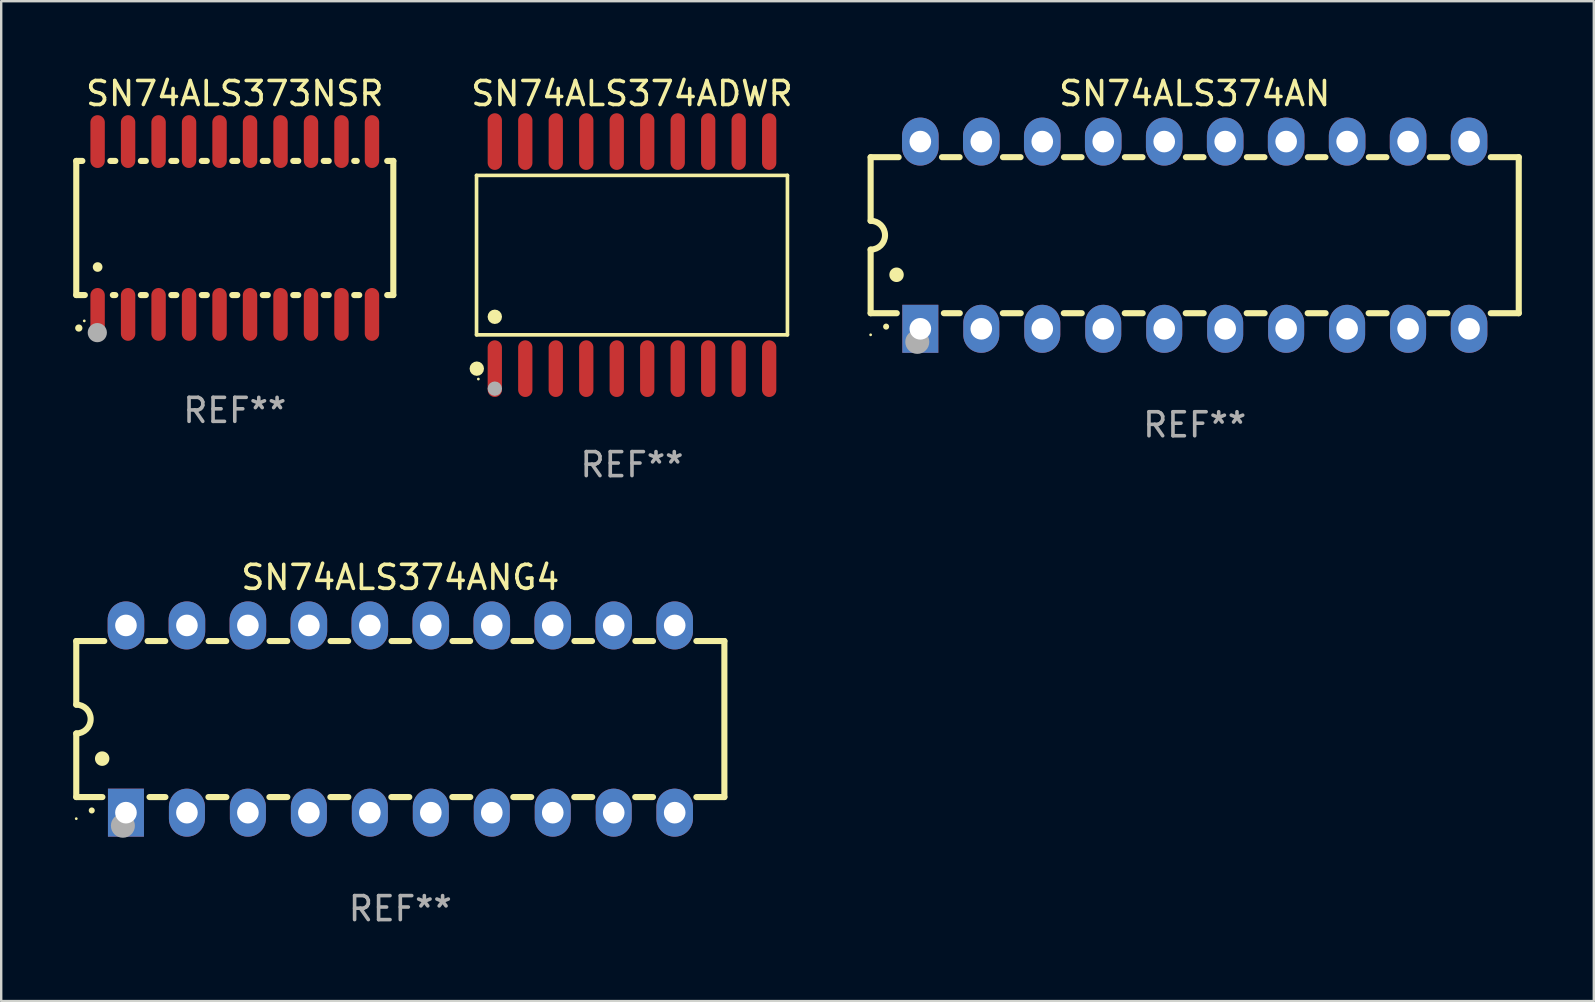
<source format=kicad_pcb>
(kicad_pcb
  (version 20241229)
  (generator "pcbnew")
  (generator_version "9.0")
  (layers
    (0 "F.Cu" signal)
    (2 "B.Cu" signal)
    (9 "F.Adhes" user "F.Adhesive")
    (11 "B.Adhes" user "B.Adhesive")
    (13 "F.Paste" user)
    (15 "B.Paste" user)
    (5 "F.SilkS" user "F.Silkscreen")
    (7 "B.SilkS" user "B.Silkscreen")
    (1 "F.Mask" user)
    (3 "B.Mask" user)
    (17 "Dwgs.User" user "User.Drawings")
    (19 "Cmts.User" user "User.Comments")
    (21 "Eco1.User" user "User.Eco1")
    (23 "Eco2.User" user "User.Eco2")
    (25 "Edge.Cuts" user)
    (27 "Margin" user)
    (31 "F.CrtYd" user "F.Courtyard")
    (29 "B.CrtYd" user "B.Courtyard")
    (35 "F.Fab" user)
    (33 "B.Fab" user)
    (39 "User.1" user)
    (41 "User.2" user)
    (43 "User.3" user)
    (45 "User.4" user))
  (footprint "SN74ALS374ADWR"
    (layer "F.Cu")
    (at 23.278 7.578)
    (property "Reference" "SN74ALS374ADWR" (at 0 -6.73 0) (layer "F.SilkS") (effects (font (size 1 1) (thickness 0.15))))
    (attr through_hole)
    (fp_line (start -6.476 -3.321) (end 6.476 -3.321) (stroke (width 0.152) (type solid)) (layer "F.SilkS"))
    (fp_line (start -6.476 3.321) (end -6.476 -3.321) (stroke (width 0.152) (type solid)) (layer "F.SilkS"))
    (fp_line (start 6.476 -3.321) (end 6.476 3.321) (stroke (width 0.152) (type solid)) (layer "F.SilkS"))
    (fp_line (start 6.476 3.321) (end -6.476 3.321) (stroke (width 0.152) (type solid)) (layer "F.SilkS"))
    (fp_circle (center -6.465 4.73) (end -6.315 4.73) (stroke (width 0.3) (type solid)) (fill no) (layer "F.SilkS"))
    (fp_circle (center -6.4 5.163) (end -6.37 5.163) (stroke (width 0.06) (type solid)) (fill no) (layer "F.SilkS"))
    (fp_circle (center -5.715 2.569) (end -5.565 2.569) (stroke (width 0.3) (type solid)) (fill no) (layer "F.SilkS"))
    (fp_circle (center -5.715 5.563) (end -5.565 5.563) (stroke (width 0.3) (type solid)) (fill no) (layer "F.Fab"))
    (fp_text user "REF**" (at 0 8.73 0) (layer "F.Fab") (effects (font (size 1 1) (thickness 0.15))))
    (pad "1" smd oval (at -5.715 4.73) (size 0.595 2.36) (layers "F.Cu" "F.Mask" "F.Paste"))
    (pad "2" smd oval (at -4.445 4.73) (size 0.595 2.36) (layers "F.Cu" "F.Mask" "F.Paste"))
    (pad "3" smd oval (at -3.175 4.73) (size 0.595 2.36) (layers "F.Cu" "F.Mask" "F.Paste"))
    (pad "4" smd oval (at -1.905 4.73) (size 0.595 2.36) (layers "F.Cu" "F.Mask" "F.Paste"))
    (pad "5" smd oval (at -0.635 4.73) (size 0.595 2.36) (layers "F.Cu" "F.Mask" "F.Paste"))
    (pad "6" smd oval (at 0.635 4.73) (size 0.595 2.36) (layers "F.Cu" "F.Mask" "F.Paste"))
    (pad "7" smd oval (at 1.905 4.73) (size 0.595 2.36) (layers "F.Cu" "F.Mask" "F.Paste"))
    (pad "8" smd oval (at 3.175 4.73) (size 0.595 2.36) (layers "F.Cu" "F.Mask" "F.Paste"))
    (pad "9" smd oval (at 4.445 4.73) (size 0.595 2.36) (layers "F.Cu" "F.Mask" "F.Paste"))
    (pad "10" smd oval (at 5.715 4.73) (size 0.595 2.36) (layers "F.Cu" "F.Mask" "F.Paste"))
    (pad "11" smd oval (at 5.715 -4.73) (size 0.595 2.36) (layers "F.Cu" "F.Mask" "F.Paste"))
    (pad "12" smd oval (at 4.445 -4.73) (size 0.595 2.36) (layers "F.Cu" "F.Mask" "F.Paste"))
    (pad "13" smd oval (at 3.175 -4.73) (size 0.595 2.36) (layers "F.Cu" "F.Mask" "F.Paste"))
    (pad "14" smd oval (at 1.905 -4.73) (size 0.595 2.36) (layers "F.Cu" "F.Mask" "F.Paste"))
    (pad "15" smd oval (at 0.635 -4.73) (size 0.595 2.36) (layers "F.Cu" "F.Mask" "F.Paste"))
    (pad "16" smd oval (at -0.635 -4.73) (size 0.595 2.36) (layers "F.Cu" "F.Mask" "F.Paste"))
    (pad "17" smd oval (at -1.905 -4.73) (size 0.595 2.36) (layers "F.Cu" "F.Mask" "F.Paste"))
    (pad "18" smd oval (at -3.175 -4.73) (size 0.595 2.36) (layers "F.Cu" "F.Mask" "F.Paste"))
    (pad "19" smd oval (at -4.445 -4.73) (size 0.595 2.36) (layers "F.Cu" "F.Mask" "F.Paste"))
    (pad "20" smd oval (at -5.715 -4.73) (size 0.595 2.36) (layers "F.Cu" "F.Mask" "F.Paste")))
  (footprint "SN74ALS374AN"
    (layer "F.Cu")
    (at 46.72 6.748)
    (property "Reference" "SN74ALS374AN" (at 0 -5.9 0) (layer "F.SilkS") (effects (font (size 1 1) (thickness 0.15))))
    (attr through_hole)
    (fp_line (start -13.5 -3.25) (end -12.333 -3.25) (stroke (width 0.254) (type solid)) (layer "F.SilkS"))
    (fp_line (start -13.5 -0.6) (end -13.5 -3.25) (stroke (width 0.254) (type solid)) (layer "F.SilkS"))
    (fp_line (start -13.5 3.25) (end -13.5 0.6) (stroke (width 0.254) (type solid)) (layer "F.SilkS"))
    (fp_line (start -13.5 3.25) (end -12.411 3.25) (stroke (width 0.254) (type solid)) (layer "F.SilkS"))
    (fp_line (start -10.527 -3.25) (end -9.793 -3.25) (stroke (width 0.254) (type solid)) (layer "F.SilkS"))
    (fp_line (start -10.449 3.25) (end -9.786 3.25) (stroke (width 0.254) (type solid)) (layer "F.SilkS"))
    (fp_line (start -7.994 3.25) (end -7.246 3.25) (stroke (width 0.254) (type solid)) (layer "F.SilkS"))
    (fp_line (start -7.987 -3.25) (end -7.253 -3.25) (stroke (width 0.254) (type solid)) (layer "F.SilkS"))
    (fp_line (start -5.454 3.25) (end -4.706 3.25) (stroke (width 0.254) (type solid)) (layer "F.SilkS"))
    (fp_line (start -5.447 -3.25) (end -4.713 -3.25) (stroke (width 0.254) (type solid)) (layer "F.SilkS"))
    (fp_line (start -2.914 3.25) (end -2.166 3.25) (stroke (width 0.254) (type solid)) (layer "F.SilkS"))
    (fp_line (start -2.907 -3.25) (end -2.173 -3.25) (stroke (width 0.254) (type solid)) (layer "F.SilkS"))
    (fp_line (start -0.374 3.25) (end 0.374 3.25) (stroke (width 0.254) (type solid)) (layer "F.SilkS"))
    (fp_line (start -0.367 -3.25) (end 0.367 -3.25) (stroke (width 0.254) (type solid)) (layer "F.SilkS"))
    (fp_line (start 2.166 3.25) (end 2.914 3.25) (stroke (width 0.254) (type solid)) (layer "F.SilkS"))
    (fp_line (start 2.173 -3.25) (end 2.907 -3.25) (stroke (width 0.254) (type solid)) (layer "F.SilkS"))
    (fp_line (start 4.706 3.25) (end 5.454 3.25) (stroke (width 0.254) (type solid)) (layer "F.SilkS"))
    (fp_line (start 4.713 -3.25) (end 5.447 -3.25) (stroke (width 0.254) (type solid)) (layer "F.SilkS"))
    (fp_line (start 7.246 3.25) (end 7.994 3.25) (stroke (width 0.254) (type solid)) (layer "F.SilkS"))
    (fp_line (start 7.253 -3.25) (end 7.987 -3.25) (stroke (width 0.254) (type solid)) (layer "F.SilkS"))
    (fp_line (start 9.786 3.25) (end 10.527 3.25) (stroke (width 0.254) (type solid)) (layer "F.SilkS"))
    (fp_line (start 9.793 -3.25) (end 10.527 -3.25) (stroke (width 0.254) (type solid)) (layer "F.SilkS"))
    (fp_line (start 12.333 -3.25) (end 13.5 -3.25) (stroke (width 0.254) (type solid)) (layer "F.SilkS"))
    (fp_line (start 12.333 3.25) (end 13.5 3.25) (stroke (width 0.254) (type solid)) (layer "F.SilkS"))
    (fp_line (start 13.5 -3.25) (end 13.5 3.25) (stroke (width 0.254) (type solid)) (layer "F.SilkS"))
    (fp_arc (start -13.500127 -0.599442) (mid -12.900406 0.000228) (end -13.500025 0.6) (stroke (width 0.254001) (type solid)) (layer "F.SilkS"))
    (fp_arc (start -12.854966 3.810008) (mid -12.854973 3.808738) (end -12.854966 3.807468) (stroke (width 0.25) (type solid)) (layer "F.SilkS"))
    (fp_arc (start -12.420625 1.651003) (mid -12.420636 1.648463) (end -12.420625 1.645923) (stroke (width 0.6) (type solid)) (layer "F.SilkS"))
    (fp_circle (center -13.5 4.15) (end -13.47 4.15) (stroke (width 0.06) (type solid)) (fill no) (layer "F.SilkS"))
    (fp_circle (center -11.557 4.445) (end -11.307 4.445) (stroke (width 0.5) (type solid)) (fill no) (layer "F.Fab"))
    (fp_text user "REF**" (at 0 7.9 0) (layer "F.Fab") (effects (font (size 1 1) (thickness 0.15))))
    (pad "1" thru_hole rect (at -11.43 3.9 90) (size 2 1.5) (drill 0.9) (layers "*.Cu" "*.Mask"))
    (pad "2" thru_hole oval (at -8.89 3.9 90) (size 2 1.5) (drill 0.9) (layers "*.Cu" "*.Mask"))
    (pad "3" thru_hole oval (at -6.35 3.9 90) (size 2 1.5) (drill 0.9) (layers "*.Cu" "*.Mask"))
    (pad "4" thru_hole oval (at -3.81 3.9 90) (size 2 1.5) (drill 0.9) (layers "*.Cu" "*.Mask"))
    (pad "5" thru_hole oval (at -1.27 3.9 90) (size 2 1.5) (drill 0.9) (layers "*.Cu" "*.Mask"))
    (pad "6" thru_hole oval (at 1.27 3.9 90) (size 2 1.5) (drill 0.9) (layers "*.Cu" "*.Mask"))
    (pad "7" thru_hole oval (at 3.81 3.9 90) (size 2 1.5) (drill 0.9) (layers "*.Cu" "*.Mask"))
    (pad "8" thru_hole oval (at 6.35 3.9 90) (size 2 1.5) (drill 0.9) (layers "*.Cu" "*.Mask"))
    (pad "9" thru_hole oval (at 8.89 3.9 90) (size 2 1.5) (drill 0.9) (layers "*.Cu" "*.Mask"))
    (pad "10" thru_hole oval (at 11.43 3.9 90) (size 2 1.524) (drill 0.9) (layers "*.Cu" "*.Mask"))
    (pad "11" thru_hole oval (at 11.43 -3.9 90) (size 2 1.524) (drill 0.9) (layers "*.Cu" "*.Mask"))
    (pad "12" thru_hole oval (at 8.89 -3.9 90) (size 2 1.524) (drill 0.9) (layers "*.Cu" "*.Mask"))
    (pad "13" thru_hole oval (at 6.35 -3.9 90) (size 2 1.524) (drill 0.9) (layers "*.Cu" "*.Mask"))
    (pad "14" thru_hole oval (at 3.81 -3.9 90) (size 2 1.524) (drill 0.9) (layers "*.Cu" "*.Mask"))
    (pad "15" thru_hole oval (at 1.27 -3.9 90) (size 2 1.524) (drill 0.9) (layers "*.Cu" "*.Mask"))
    (pad "16" thru_hole oval (at -1.27 -3.9 90) (size 2 1.524) (drill 0.9) (layers "*.Cu" "*.Mask"))
    (pad "17" thru_hole oval (at -3.81 -3.9 90) (size 2 1.524) (drill 0.9) (layers "*.Cu" "*.Mask"))
    (pad "18" thru_hole oval (at -6.35 -3.9 90) (size 2 1.524) (drill 0.9) (layers "*.Cu" "*.Mask"))
    (pad "19" thru_hole oval (at -8.89 -3.9 90) (size 2 1.524) (drill 0.9) (layers "*.Cu" "*.Mask"))
    (pad "20" thru_hole oval (at -11.43 -3.9 90) (size 2 1.524) (drill 0.9) (layers "*.Cu" "*.Mask")))
  (footprint "SN74ALS374ANG4"
    (layer "F.Cu")
    (at 13.627 26.905)
    (property "Reference" "SN74ALS374ANG4" (at 0 -5.9 0) (layer "F.SilkS") (effects (font (size 1 1) (thickness 0.15))))
    (attr through_hole)
    (fp_line (start -13.5 -3.25) (end -12.333 -3.25) (stroke (width 0.254) (type solid)) (layer "F.SilkS"))
    (fp_line (start -13.5 -0.6) (end -13.5 -3.25) (stroke (width 0.254) (type solid)) (layer "F.SilkS"))
    (fp_line (start -13.5 3.25) (end -13.5 0.6) (stroke (width 0.254) (type solid)) (layer "F.SilkS"))
    (fp_line (start -13.5 3.25) (end -12.411 3.25) (stroke (width 0.254) (type solid)) (layer "F.SilkS"))
    (fp_line (start -10.527 -3.25) (end -9.793 -3.25) (stroke (width 0.254) (type solid)) (layer "F.SilkS"))
    (fp_line (start -10.449 3.25) (end -9.786 3.25) (stroke (width 0.254) (type solid)) (layer "F.SilkS"))
    (fp_line (start -7.994 3.25) (end -7.246 3.25) (stroke (width 0.254) (type solid)) (layer "F.SilkS"))
    (fp_line (start -7.987 -3.25) (end -7.253 -3.25) (stroke (width 0.254) (type solid)) (layer "F.SilkS"))
    (fp_line (start -5.454 3.25) (end -4.706 3.25) (stroke (width 0.254) (type solid)) (layer "F.SilkS"))
    (fp_line (start -5.447 -3.25) (end -4.713 -3.25) (stroke (width 0.254) (type solid)) (layer "F.SilkS"))
    (fp_line (start -2.914 3.25) (end -2.166 3.25) (stroke (width 0.254) (type solid)) (layer "F.SilkS"))
    (fp_line (start -2.907 -3.25) (end -2.173 -3.25) (stroke (width 0.254) (type solid)) (layer "F.SilkS"))
    (fp_line (start -0.374 3.25) (end 0.374 3.25) (stroke (width 0.254) (type solid)) (layer "F.SilkS"))
    (fp_line (start -0.367 -3.25) (end 0.367 -3.25) (stroke (width 0.254) (type solid)) (layer "F.SilkS"))
    (fp_line (start 2.166 3.25) (end 2.914 3.25) (stroke (width 0.254) (type solid)) (layer "F.SilkS"))
    (fp_line (start 2.173 -3.25) (end 2.907 -3.25) (stroke (width 0.254) (type solid)) (layer "F.SilkS"))
    (fp_line (start 4.706 3.25) (end 5.454 3.25) (stroke (width 0.254) (type solid)) (layer "F.SilkS"))
    (fp_line (start 4.713 -3.25) (end 5.447 -3.25) (stroke (width 0.254) (type solid)) (layer "F.SilkS"))
    (fp_line (start 7.246 3.25) (end 7.994 3.25) (stroke (width 0.254) (type solid)) (layer "F.SilkS"))
    (fp_line (start 7.253 -3.25) (end 7.987 -3.25) (stroke (width 0.254) (type solid)) (layer "F.SilkS"))
    (fp_line (start 9.786 3.25) (end 10.527 3.25) (stroke (width 0.254) (type solid)) (layer "F.SilkS"))
    (fp_line (start 9.793 -3.25) (end 10.527 -3.25) (stroke (width 0.254) (type solid)) (layer "F.SilkS"))
    (fp_line (start 12.333 -3.25) (end 13.5 -3.25) (stroke (width 0.254) (type solid)) (layer "F.SilkS"))
    (fp_line (start 12.333 3.25) (end 13.5 3.25) (stroke (width 0.254) (type solid)) (layer "F.SilkS"))
    (fp_line (start 13.5 -3.25) (end 13.5 3.25) (stroke (width 0.254) (type solid)) (layer "F.SilkS"))
    (fp_arc (start -13.500127 -0.599442) (mid -12.900406 0.000228) (end -13.500025 0.6) (stroke (width 0.254001) (type solid)) (layer "F.SilkS"))
    (fp_arc (start -12.854966 3.810008) (mid -12.854973 3.808738) (end -12.854966 3.807468) (stroke (width 0.25) (type solid)) (layer "F.SilkS"))
    (fp_arc (start -12.420625 1.651003) (mid -12.420636 1.648463) (end -12.420625 1.645923) (stroke (width 0.6) (type solid)) (layer "F.SilkS"))
    (fp_circle (center -13.5 4.15) (end -13.47 4.15) (stroke (width 0.06) (type solid)) (fill no) (layer "F.SilkS"))
    (fp_circle (center -11.557 4.445) (end -11.307 4.445) (stroke (width 0.5) (type solid)) (fill no) (layer "F.Fab"))
    (fp_text user "REF**" (at 0 7.9 0) (layer "F.Fab") (effects (font (size 1 1) (thickness 0.15))))
    (pad "1" thru_hole rect (at -11.43 3.9 90) (size 2 1.5) (drill 0.9) (layers "*.Cu" "*.Mask"))
    (pad "2" thru_hole oval (at -8.89 3.9 90) (size 2 1.5) (drill 0.9) (layers "*.Cu" "*.Mask"))
    (pad "3" thru_hole oval (at -6.35 3.9 90) (size 2 1.5) (drill 0.9) (layers "*.Cu" "*.Mask"))
    (pad "4" thru_hole oval (at -3.81 3.9 90) (size 2 1.5) (drill 0.9) (layers "*.Cu" "*.Mask"))
    (pad "5" thru_hole oval (at -1.27 3.9 90) (size 2 1.5) (drill 0.9) (layers "*.Cu" "*.Mask"))
    (pad "6" thru_hole oval (at 1.27 3.9 90) (size 2 1.5) (drill 0.9) (layers "*.Cu" "*.Mask"))
    (pad "7" thru_hole oval (at 3.81 3.9 90) (size 2 1.5) (drill 0.9) (layers "*.Cu" "*.Mask"))
    (pad "8" thru_hole oval (at 6.35 3.9 90) (size 2 1.5) (drill 0.9) (layers "*.Cu" "*.Mask"))
    (pad "9" thru_hole oval (at 8.89 3.9 90) (size 2 1.5) (drill 0.9) (layers "*.Cu" "*.Mask"))
    (pad "10" thru_hole oval (at 11.43 3.9 90) (size 2 1.524) (drill 0.9) (layers "*.Cu" "*.Mask"))
    (pad "11" thru_hole oval (at 11.43 -3.9 90) (size 2 1.524) (drill 0.9) (layers "*.Cu" "*.Mask"))
    (pad "12" thru_hole oval (at 8.89 -3.9 90) (size 2 1.524) (drill 0.9) (layers "*.Cu" "*.Mask"))
    (pad "13" thru_hole oval (at 6.35 -3.9 90) (size 2 1.524) (drill 0.9) (layers "*.Cu" "*.Mask"))
    (pad "14" thru_hole oval (at 3.81 -3.9 90) (size 2 1.524) (drill 0.9) (layers "*.Cu" "*.Mask"))
    (pad "15" thru_hole oval (at 1.27 -3.9 90) (size 2 1.524) (drill 0.9) (layers "*.Cu" "*.Mask"))
    (pad "16" thru_hole oval (at -1.27 -3.9 90) (size 2 1.524) (drill 0.9) (layers "*.Cu" "*.Mask"))
    (pad "17" thru_hole oval (at -3.81 -3.9 90) (size 2 1.524) (drill 0.9) (layers "*.Cu" "*.Mask"))
    (pad "18" thru_hole oval (at -6.35 -3.9 90) (size 2 1.524) (drill 0.9) (layers "*.Cu" "*.Mask"))
    (pad "19" thru_hole oval (at -8.89 -3.9 90) (size 2 1.524) (drill 0.9) (layers "*.Cu" "*.Mask"))
    (pad "20" thru_hole oval (at -11.43 -3.9 90) (size 2 1.524) (drill 0.9) (layers "*.Cu" "*.Mask")))
  (footprint "SN74ALS373NSR"
    (layer "F.Cu")
    (at 6.731 6.448)
    (property "Reference" "SN74ALS373NSR" (at 0 -5.6 0) (layer "F.SilkS") (effects (font (size 1 1) (thickness 0.15))))
    (attr through_hole)
    (fp_line (start -6.604 -2.794) (end -6.604 2.794) (stroke (width 0.254) (type solid)) (layer "F.SilkS"))
    (fp_line (start -6.604 2.794) (end -6.246 2.794) (stroke (width 0.254) (type solid)) (layer "F.SilkS"))
    (fp_line (start -6.35 -2.794) (end -6.604 -2.794) (stroke (width 0.254) (type solid)) (layer "F.SilkS"))
    (fp_line (start -5.184 -2.794) (end -4.976 -2.794) (stroke (width 0.254) (type solid)) (layer "F.SilkS"))
    (fp_line (start -5.08 2.794) (end -4.976 2.794) (stroke (width 0.254) (type solid)) (layer "F.SilkS"))
    (fp_line (start -3.914 -2.794) (end -3.706 -2.794) (stroke (width 0.254) (type solid)) (layer "F.SilkS"))
    (fp_line (start -3.914 2.794) (end -3.706 2.794) (stroke (width 0.254) (type solid)) (layer "F.SilkS"))
    (fp_line (start -2.644 -2.794) (end -2.436 -2.794) (stroke (width 0.254) (type solid)) (layer "F.SilkS"))
    (fp_line (start -2.644 2.794) (end -2.436 2.794) (stroke (width 0.254) (type solid)) (layer "F.SilkS"))
    (fp_line (start -1.374 -2.794) (end -1.166 -2.794) (stroke (width 0.254) (type solid)) (layer "F.SilkS"))
    (fp_line (start -1.374 2.794) (end -1.166 2.794) (stroke (width 0.254) (type solid)) (layer "F.SilkS"))
    (fp_line (start -0.104 -2.794) (end 0.104 -2.794) (stroke (width 0.254) (type solid)) (layer "F.SilkS"))
    (fp_line (start -0.104 2.794) (end 0.104 2.794) (stroke (width 0.254) (type solid)) (layer "F.SilkS"))
    (fp_line (start 1.166 -2.794) (end 1.374 -2.794) (stroke (width 0.254) (type solid)) (layer "F.SilkS"))
    (fp_line (start 1.166 2.794) (end 1.374 2.794) (stroke (width 0.254) (type solid)) (layer "F.SilkS"))
    (fp_line (start 2.436 -2.794) (end 2.644 -2.794) (stroke (width 0.254) (type solid)) (layer "F.SilkS"))
    (fp_line (start 2.436 2.794) (end 2.644 2.794) (stroke (width 0.254) (type solid)) (layer "F.SilkS"))
    (fp_line (start 3.706 -2.794) (end 3.914 -2.794) (stroke (width 0.254) (type solid)) (layer "F.SilkS"))
    (fp_line (start 3.706 2.794) (end 3.914 2.794) (stroke (width 0.254) (type solid)) (layer "F.SilkS"))
    (fp_line (start 4.976 -2.794) (end 5.08 -2.794) (stroke (width 0.254) (type solid)) (layer "F.SilkS"))
    (fp_line (start 4.976 2.794) (end 5.184 2.794) (stroke (width 0.254) (type solid)) (layer "F.SilkS"))
    (fp_line (start 6.35 -2.794) (end 6.604 -2.794) (stroke (width 0.254) (type solid)) (layer "F.SilkS"))
    (fp_line (start 6.604 -2.794) (end 6.604 2.794) (stroke (width 0.254) (type solid)) (layer "F.SilkS"))
    (fp_line (start 6.604 2.794) (end 6.35 2.794) (stroke (width 0.254) (type solid)) (layer "F.SilkS"))
    (fp_arc (start -6.499619 4.167793) (mid -6.498349 4.167788) (end -6.497079 4.167793) (stroke (width 0.3) (type solid)) (layer "F.SilkS"))
    (fp_arc (start -5.715011 1.625603) (mid -5.713741 1.625599) (end -5.712471 1.625603) (stroke (width 0.4) (type solid)) (layer "F.SilkS"))
    (fp_circle (center -6.27 3.87) (end -6.24 3.87) (stroke (width 0.06) (type solid)) (fill no) (layer "F.SilkS"))
    (fp_circle (center -5.727 4.359) (end -5.527 4.359) (stroke (width 0.4) (type solid)) (fill no) (layer "F.Fab"))
    (fp_text user "REF**" (at 0 7.6 0) (layer "F.Fab") (effects (font (size 1 1) (thickness 0.15))))
    (pad "1" smd oval (at -5.715 3.6) (size 0.6 2.2) (layers "F.Cu" "F.Mask" "F.Paste"))
    (pad "2" smd oval (at -4.445 3.6) (size 0.6 2.2) (layers "F.Cu" "F.Mask" "F.Paste"))
    (pad "3" smd oval (at -3.175 3.6) (size 0.6 2.2) (layers "F.Cu" "F.Mask" "F.Paste"))
    (pad "4" smd oval (at -1.905 3.6) (size 0.6 2.2) (layers "F.Cu" "F.Mask" "F.Paste"))
    (pad "5" smd oval (at -0.635 3.6) (size 0.6 2.2) (layers "F.Cu" "F.Mask" "F.Paste"))
    (pad "6" smd oval (at 0.635 3.6) (size 0.6 2.2) (layers "F.Cu" "F.Mask" "F.Paste"))
    (pad "7" smd oval (at 1.905 3.6) (size 0.6 2.2) (layers "F.Cu" "F.Mask" "F.Paste"))
    (pad "8" smd oval (at 3.175 3.6) (size 0.6 2.2) (layers "F.Cu" "F.Mask" "F.Paste"))
    (pad "9" smd oval (at 4.445 3.6) (size 0.6 2.2) (layers "F.Cu" "F.Mask" "F.Paste"))
    (pad "10" smd oval (at 5.715 3.6) (size 0.6 2.2) (layers "F.Cu" "F.Mask" "F.Paste"))
    (pad "11" smd oval (at 5.715 -3.6 180) (size 0.6 2.2) (layers "F.Cu" "F.Mask" "F.Paste"))
    (pad "12" smd oval (at 4.445 -3.6 180) (size 0.6 2.2) (layers "F.Cu" "F.Mask" "F.Paste"))
    (pad "13" smd oval (at 3.175 -3.6 180) (size 0.6 2.2) (layers "F.Cu" "F.Mask" "F.Paste"))
    (pad "14" smd oval (at 1.905 -3.6 180) (size 0.6 2.2) (layers "F.Cu" "F.Mask" "F.Paste"))
    (pad "15" smd oval (at 0.635 -3.6 180) (size 0.6 2.2) (layers "F.Cu" "F.Mask" "F.Paste"))
    (pad "16" smd oval (at -0.635 -3.6 180) (size 0.6 2.2) (layers "F.Cu" "F.Mask" "F.Paste"))
    (pad "17" smd oval (at -1.905 -3.6 180) (size 0.6 2.2) (layers "F.Cu" "F.Mask" "F.Paste"))
    (pad "18" smd oval (at -3.175 -3.6 180) (size 0.6 2.2) (layers "F.Cu" "F.Mask" "F.Paste"))
    (pad "19" smd oval (at -4.445 -3.6 180) (size 0.6 2.2) (layers "F.Cu" "F.Mask" "F.Paste"))
    (pad "20" smd oval (at -5.715 -3.6 180) (size 0.6 2.2) (layers "F.Cu" "F.Mask" "F.Paste")))
  (gr_rect
    (start -3 -3)
    (end 63.347 38.653)
    (stroke (width 0.1) (type default))
    (fill no)
    (layer "Edge.Cuts")))
</source>
